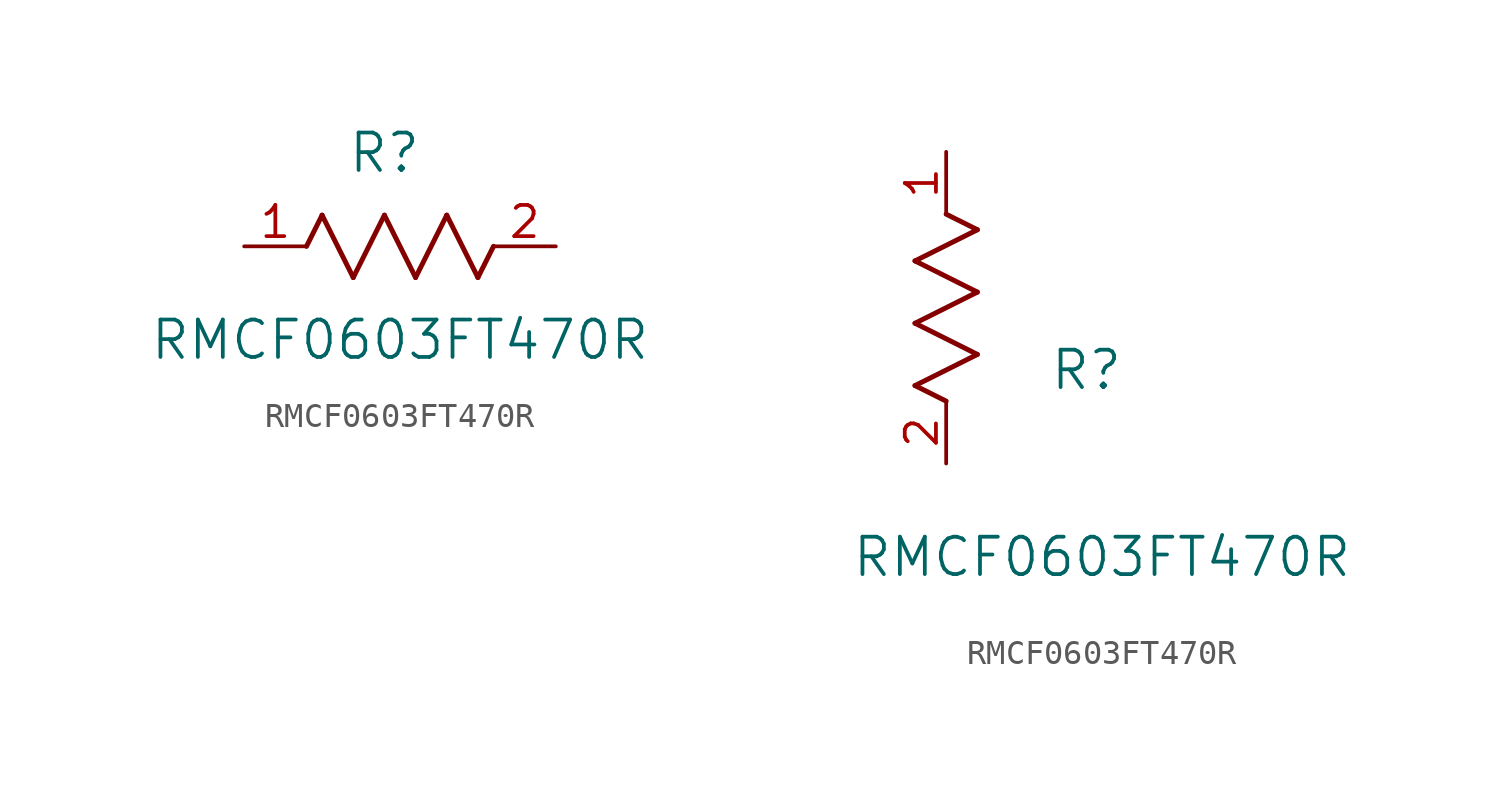
<source format=kicad_sym>
(kicad_symbol_lib
  (version 20211014)
  (generator kicad_symbol_editor)
  (symbol "RMCF0603FT470R"
    (pin_names
      (offset 0.254))
    (property "Reference" "R"
      (at 5.715 3.81 0)
      (effects (font (size 1.524 1.524))))
    (property "Value" "RMCF0603FT470R"
      (at 6.35 -3.81 0)
      (effects (font (size 1.524 1.524))))
    (symbol "RMCF0603FT470R_1_1"
      (polyline (pts (xy 3.175 1.27) (xy 4.445 -1.27)) (stroke (width 0.203) (type default) (color 0 0 0 0)) (fill (type none)))
      (polyline (pts (xy 4.445 -1.27) (xy 5.715 1.27)) (stroke (width 0.203) (type default) (color 0 0 0 0)) (fill (type none)))
      (polyline (pts (xy 5.715 1.27) (xy 6.985 -1.27)) (stroke (width 0.203) (type default) (color 0 0 0 0)) (fill (type none)))
      (polyline (pts (xy 6.985 -1.27) (xy 8.255 1.27)) (stroke (width 0.203) (type default) (color 0 0 0 0)) (fill (type none)))
      (polyline (pts (xy 8.255 1.27) (xy 9.525 -1.27)) (stroke (width 0.203) (type default) (color 0 0 0 0)) (fill (type none)))
      (polyline (pts (xy 2.54 0) (xy 3.175 1.27)) (stroke (width 0.203) (type default) (color 0 0 0 0)) (fill (type none)))
      (polyline (pts (xy 9.525 -1.27) (xy 10.16 0)) (stroke (width 0.203) (type default) (color 0 0 0 0)) (fill (type none)))
      (pin unspecified line (at 0 0 0) (length 2.54) (name "" (effects (font (size 1.27 1.27)))) (number "1" (effects (font (size 1.27 1.27)))))
      (pin unspecified line (at 12.7 0 180) (length 2.54) (name "" (effects (font (size 1.27 1.27)))) (number "2" (effects (font (size 1.27 1.27))))))
    (symbol "RMCF0603FT470R_1_2"
      (polyline (pts (xy 0 2.54) (xy -1.27 3.175)) (stroke (width 0.203) (type default) (color 0 0 0 0)) (fill (type none)))
      (polyline (pts (xy -1.27 3.175) (xy 1.27 4.445)) (stroke (width 0.203) (type default) (color 0 0 0 0)) (fill (type none)))
      (polyline (pts (xy 1.27 4.445) (xy -1.27 5.715)) (stroke (width 0.203) (type default) (color 0 0 0 0)) (fill (type none)))
      (polyline (pts (xy -1.27 5.715) (xy 1.27 6.985)) (stroke (width 0.203) (type default) (color 0 0 0 0)) (fill (type none)))
      (polyline (pts (xy -1.27 8.255) (xy 1.27 9.525)) (stroke (width 0.203) (type default) (color 0 0 0 0)) (fill (type none)))
      (polyline (pts (xy 1.27 9.525) (xy 0 10.16)) (stroke (width 0.203) (type default) (color 0 0 0 0)) (fill (type none)))
      (polyline (pts (xy 1.27 6.985) (xy -1.27 8.255)) (stroke (width 0.203) (type default) (color 0 0 0 0)) (fill (type none)))
      (pin unspecified line (at 0 12.7 270) (length 2.54) (name "" (effects (font (size 1.27 1.27)))) (number "1" (effects (font (size 1.27 1.27)))))
      (pin unspecified line (at 0 0 90) (length 2.54) (name "" (effects (font (size 1.27 1.27)))) (number "2" (effects (font (size 1.27 1.27))))))))
</source>
